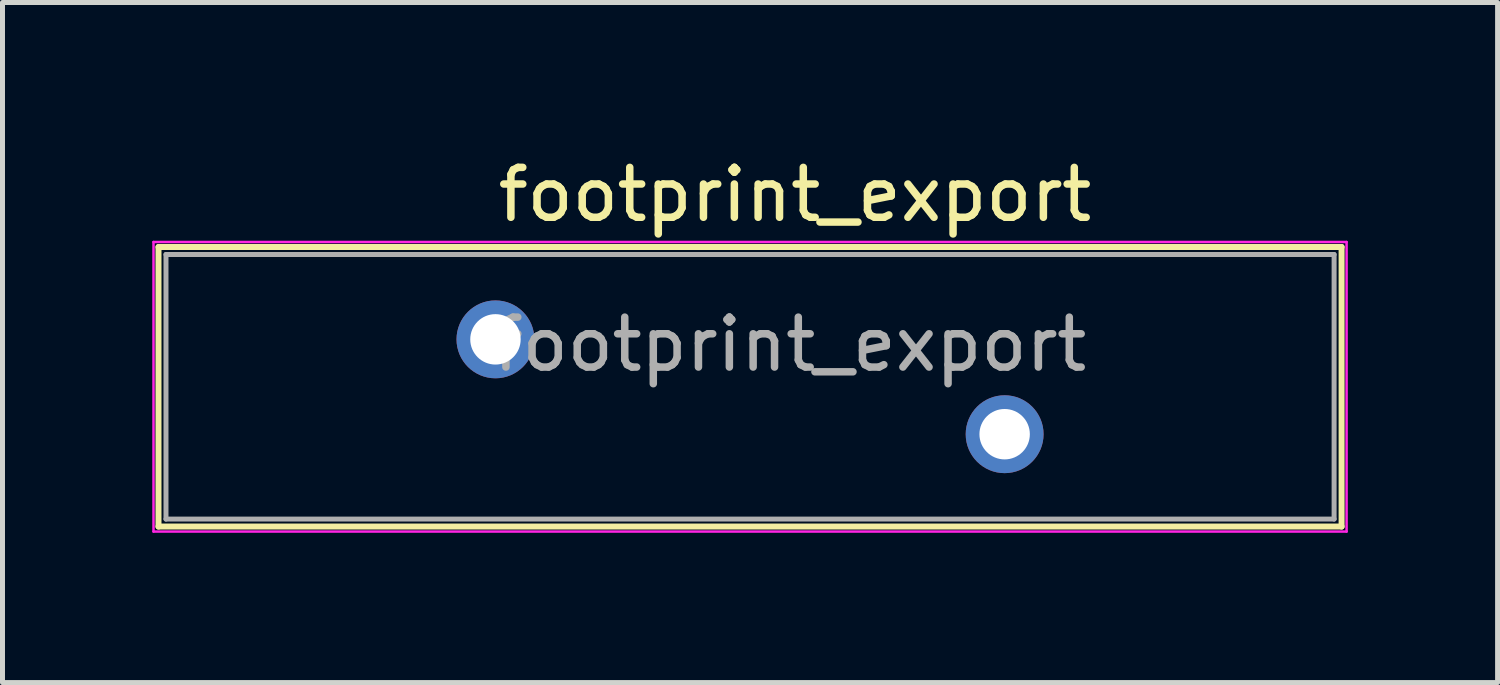
<source format=kicad_pcb>
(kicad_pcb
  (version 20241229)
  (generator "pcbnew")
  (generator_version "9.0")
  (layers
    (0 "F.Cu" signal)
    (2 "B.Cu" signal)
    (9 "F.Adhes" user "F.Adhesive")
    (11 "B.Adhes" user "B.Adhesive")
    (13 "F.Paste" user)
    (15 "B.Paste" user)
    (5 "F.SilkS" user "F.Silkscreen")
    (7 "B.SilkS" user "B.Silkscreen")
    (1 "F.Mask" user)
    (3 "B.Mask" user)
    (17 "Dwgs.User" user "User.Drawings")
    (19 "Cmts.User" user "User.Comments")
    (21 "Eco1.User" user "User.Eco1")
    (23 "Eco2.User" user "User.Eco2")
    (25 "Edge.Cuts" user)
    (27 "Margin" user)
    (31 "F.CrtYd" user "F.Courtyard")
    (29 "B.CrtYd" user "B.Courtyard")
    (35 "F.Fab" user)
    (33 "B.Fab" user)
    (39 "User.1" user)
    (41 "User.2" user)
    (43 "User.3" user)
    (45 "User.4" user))
  (footprint "footprint_export"
    (layer "F.Cu")
    (at 6.875 3.748)
    (property "Reference" "footprint_export" (at 6 -2.9 0) (layer "F.SilkS") (effects (font (size 1 1) (thickness 0.15))))
    (attr through_hole)
    (fp_line (start -6.75 -1.85) (end -6.75 3.75) (stroke (width 0.12) (type solid)) (layer "F.SilkS"))
    (fp_line (start -6.75 -1.85) (end 16.95 -1.85) (stroke (width 0.12) (type solid)) (layer "F.SilkS"))
    (fp_line (start -6.75 3.75) (end 16.95 3.75) (stroke (width 0.12) (type solid)) (layer "F.SilkS"))
    (fp_line (start 16.95 -1.85) (end 16.95 3.75) (stroke (width 0.12) (type solid)) (layer "F.SilkS"))
    (fp_line (start -6.85 -1.95) (end -6.85 3.85) (stroke (width 0.05) (type solid)) (layer "F.CrtYd"))
    (fp_line (start -6.85 -1.95) (end 17.05 -1.95) (stroke (width 0.05) (type solid)) (layer "F.CrtYd"))
    (fp_line (start -6.85 3.85) (end 17.05 3.85) (stroke (width 0.05) (type solid)) (layer "F.CrtYd"))
    (fp_line (start 17.05 -1.95) (end 17.05 3.85) (stroke (width 0.05) (type solid)) (layer "F.CrtYd"))
    (fp_line (start -6.6 -1.7) (end -6.6 3.6) (stroke (width 0.1) (type solid)) (layer "F.Fab"))
    (fp_line (start -6.6 -1.7) (end 16.8 -1.7) (stroke (width 0.1) (type solid)) (layer "F.Fab"))
    (fp_line (start -6.6 3.6) (end 16.8 3.6) (stroke (width 0.1) (type solid)) (layer "F.Fab"))
    (fp_line (start 16.8 -1.7) (end 16.8 3.6) (stroke (width 0.1) (type solid)) (layer "F.Fab"))
    (fp_text user "${REFERENCE}" (at 5.9 0.1 0) (layer "F.Fab") (effects (font (size 1 1) (thickness 0.15))))
    (pad "1" thru_hole circle (at 0 0) (size 1.56 1.56) (drill 1.01) (layers "*.Cu" "*.Mask"))
    (pad "2" thru_hole circle (at 10.2 1.9) (size 1.56 1.56) (drill 1.01) (layers "*.Cu" "*.Mask")))
  (gr_rect
    (start -3 -3)
    (end 26.95 10.623)
    (stroke (width 0.1) (type default))
    (fill no)
    (layer "Edge.Cuts")))
</source>
